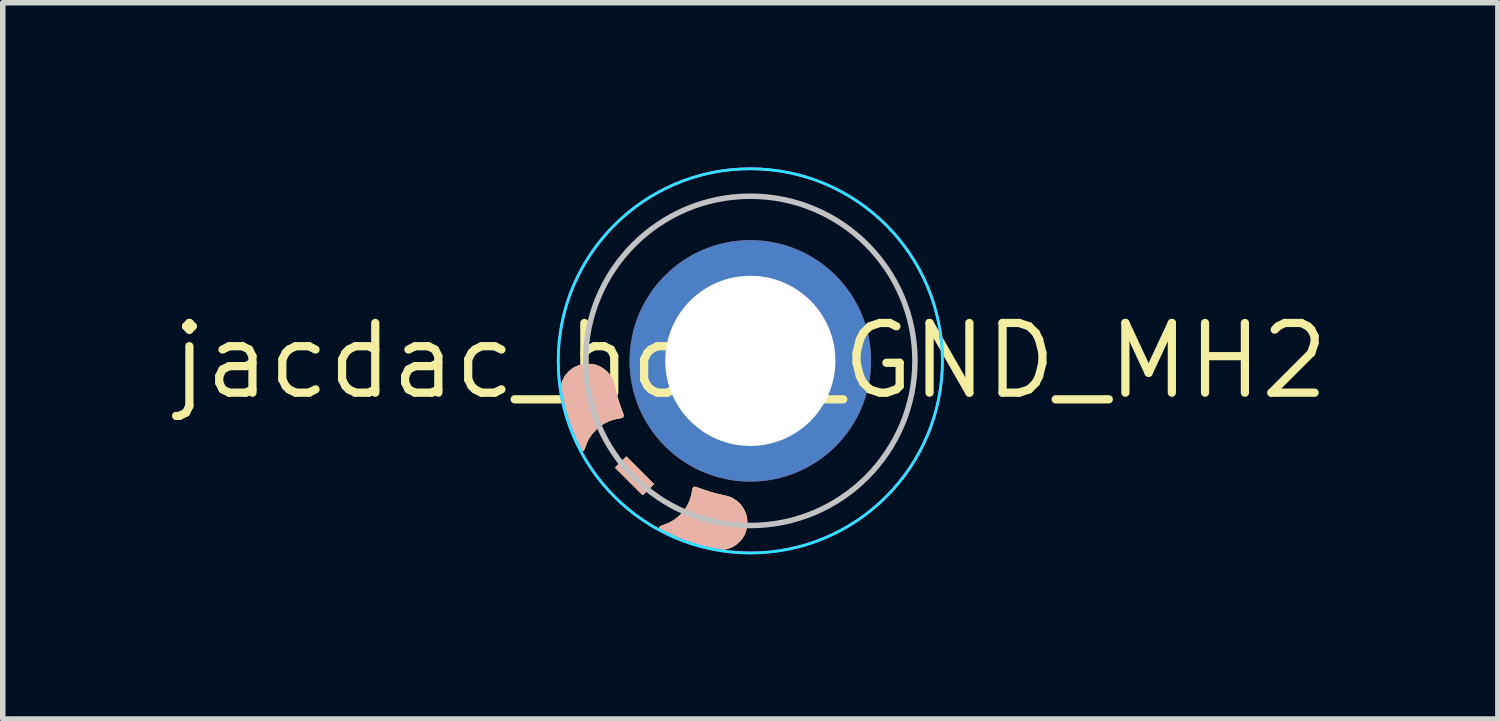
<source format=kicad_pcb>
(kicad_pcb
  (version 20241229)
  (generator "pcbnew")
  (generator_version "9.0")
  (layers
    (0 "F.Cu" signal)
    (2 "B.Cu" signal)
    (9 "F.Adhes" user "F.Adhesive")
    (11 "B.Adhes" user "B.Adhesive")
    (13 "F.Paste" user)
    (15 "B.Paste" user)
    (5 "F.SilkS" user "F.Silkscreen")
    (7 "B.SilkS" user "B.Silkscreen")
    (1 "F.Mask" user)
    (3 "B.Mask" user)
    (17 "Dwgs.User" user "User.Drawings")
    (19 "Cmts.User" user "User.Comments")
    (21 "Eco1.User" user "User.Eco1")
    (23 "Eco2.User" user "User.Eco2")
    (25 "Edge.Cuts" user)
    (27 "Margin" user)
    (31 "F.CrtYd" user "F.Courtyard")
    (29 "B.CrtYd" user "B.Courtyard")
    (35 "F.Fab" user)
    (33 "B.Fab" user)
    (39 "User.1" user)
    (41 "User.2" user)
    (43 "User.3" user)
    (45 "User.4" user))
  (footprint "jacdac_hole_GND_MH2"
    (layer "F.Cu")
    (at 10.621 3.525)
    (property "Reference" "jacdac_hole_GND_MH2" (at 0 0 0) (layer "F.SilkS") (effects (font (size 1.27 1.27) (thickness 0.15))))
    (attr through_hole)
    (fp_circle (center 0 0) (end -2.5 0) (stroke (width 0) (type solid)) (fill yes) (layer "F.Mask"))
    (fp_circle (center 0 0) (end -2.5 0) (stroke (width 0) (type solid)) (fill yes) (layer "B.Mask"))
    (fp_poly (pts (xy -2.007 1.992) (xy -1.754 2.245) (xy -1.856 2.347) (xy -1.885 2.376) (xy -1.911 2.402) (xy -1.933 2.423) (xy -1.95 2.439) (xy -1.959 2.447) (xy -1.961 2.448) (xy -1.966 2.444) (xy -1.979 2.431) (xy -1.999 2.411) (xy -2.026 2.385) (xy -2.059 2.353) (xy -2.096 2.315) (xy -2.138 2.274) (xy -2.183 2.229) (xy -2.215 2.197) (xy -2.466 1.946) (xy -2.363 1.843) (xy -2.259 1.74)) (stroke (width 0) (type solid)) (fill yes) (layer "F.SilkS"))
    (fp_poly (pts (xy -0.988 2.297) (xy -0.956 2.307) (xy -0.914 2.322) (xy -0.9 2.327) (xy -0.768 2.373) (xy -0.635 2.412) (xy -0.52 2.439) (xy -0.463 2.452) (xy -0.415 2.464) (xy -0.376 2.476) (xy -0.343 2.489) (xy -0.314 2.504) (xy -0.299 2.513) (xy -0.235 2.558) (xy -0.181 2.609) (xy -0.136 2.669) (xy -0.105 2.725) (xy -0.082 2.779) (xy -0.066 2.829) (xy -0.057 2.882) (xy -0.054 2.94) (xy -0.054 2.949) (xy -0.06 3.029) (xy -0.078 3.105) (xy -0.107 3.176) (xy -0.147 3.242) (xy -0.199 3.301) (xy -0.208 3.309) (xy -0.268 3.359) (xy -0.332 3.397) (xy -0.4 3.424) (xy -0.473 3.44) (xy -0.552 3.446) (xy -0.637 3.44) (xy -0.715 3.427) (xy -0.917 3.379) (xy -1.116 3.319) (xy -1.31 3.248) (xy -1.497 3.167) (xy -1.528 3.153) (xy -1.572 3.132) (xy -1.604 3.115) (xy -1.628 3.101) (xy -1.645 3.089) (xy -1.655 3.079) (xy -1.66 3.069) (xy -1.662 3.058) (xy -1.662 3.055) (xy -1.66 3.037) (xy -1.652 3.023) (xy -1.636 3.01) (xy -1.612 2.999) (xy -1.577 2.986) (xy -1.576 2.986) (xy -1.485 2.95) (xy -1.4 2.903) (xy -1.323 2.845) (xy -1.264 2.789) (xy -1.202 2.717) (xy -1.152 2.639) (xy -1.112 2.555) (xy -1.082 2.465) (xy -1.065 2.384) (xy -1.059 2.349) (xy -1.052 2.324) (xy -1.043 2.306) (xy -1.03 2.296) (xy -1.013 2.293)) (stroke (width 0) (type solid)) (fill yes) (layer "F.SilkS"))
    (fp_poly (pts (xy -2.94 0.055) (xy -2.94 0.055) (xy -2.901 0.056) (xy -2.871 0.059) (xy -2.846 0.063) (xy -2.823 0.068) (xy -2.803 0.075) (xy -2.73 0.106) (xy -2.664 0.147) (xy -2.605 0.197) (xy -2.554 0.254) (xy -2.514 0.319) (xy -2.512 0.323) (xy -2.499 0.35) (xy -2.488 0.375) (xy -2.48 0.401) (xy -2.471 0.432) (xy -2.463 0.47) (xy -2.459 0.488) (xy -2.438 0.581) (xy -2.412 0.676) (xy -2.384 0.769) (xy -2.353 0.858) (xy -2.323 0.936) (xy -2.31 0.972) (xy -2.307 1) (xy -2.312 1.02) (xy -2.325 1.034) (xy -2.338 1.039) (xy -2.359 1.045) (xy -2.385 1.05) (xy -2.392 1.051) (xy -2.486 1.07) (xy -2.576 1.1) (xy -2.661 1.143) (xy -2.741 1.197) (xy -2.816 1.263) (xy -2.819 1.266) (xy -2.883 1.337) (xy -2.935 1.412) (xy -2.976 1.492) (xy -3.006 1.573) (xy -3.018 1.607) (xy -3.029 1.63) (xy -3.036 1.638) (xy -3.055 1.645) (xy -3.077 1.647) (xy -3.096 1.644) (xy -3.104 1.636) (xy -3.116 1.618) (xy -3.131 1.591) (xy -3.148 1.556) (xy -3.168 1.516) (xy -3.19 1.471) (xy -3.212 1.423) (xy -3.234 1.373) (xy -3.255 1.322) (xy -3.27 1.286) (xy -3.302 1.199) (xy -3.335 1.105) (xy -3.366 1.005) (xy -3.395 0.905) (xy -3.42 0.807) (xy -3.441 0.716) (xy -3.444 0.7) (xy -3.458 0.612) (xy -3.46 0.53) (xy -3.452 0.454) (xy -3.433 0.383) (xy -3.404 0.316) (xy -3.369 0.26) (xy -3.318 0.2) (xy -3.259 0.149) (xy -3.192 0.107) (xy -3.118 0.076) (xy -3.079 0.065) (xy -3.054 0.059) (xy -3.032 0.056) (xy -3.007 0.054) (xy -2.978 0.054)) (stroke (width 0) (type solid)) (fill yes) (layer "F.SilkS"))
    (fp_poly (pts (xy -2.007 1.992) (xy -1.754 2.245) (xy -1.856 2.347) (xy -1.885 2.376) (xy -1.911 2.402) (xy -1.933 2.423) (xy -1.95 2.439) (xy -1.959 2.447) (xy -1.961 2.448) (xy -1.966 2.444) (xy -1.979 2.431) (xy -1.999 2.411) (xy -2.026 2.385) (xy -2.059 2.353) (xy -2.096 2.315) (xy -2.138 2.274) (xy -2.183 2.229) (xy -2.215 2.197) (xy -2.466 1.946) (xy -2.363 1.843) (xy -2.259 1.74)) (stroke (width 0) (type solid)) (fill yes) (layer "B.SilkS"))
    (fp_poly (pts (xy -0.988 2.297) (xy -0.956 2.307) (xy -0.914 2.322) (xy -0.9 2.327) (xy -0.768 2.373) (xy -0.635 2.412) (xy -0.52 2.439) (xy -0.463 2.452) (xy -0.415 2.464) (xy -0.376 2.476) (xy -0.343 2.489) (xy -0.314 2.504) (xy -0.299 2.513) (xy -0.235 2.558) (xy -0.181 2.609) (xy -0.136 2.669) (xy -0.105 2.725) (xy -0.082 2.779) (xy -0.066 2.829) (xy -0.057 2.882) (xy -0.054 2.94) (xy -0.054 2.949) (xy -0.06 3.029) (xy -0.078 3.105) (xy -0.107 3.176) (xy -0.147 3.242) (xy -0.199 3.301) (xy -0.208 3.309) (xy -0.268 3.359) (xy -0.332 3.397) (xy -0.4 3.424) (xy -0.473 3.44) (xy -0.552 3.446) (xy -0.637 3.44) (xy -0.715 3.427) (xy -0.917 3.379) (xy -1.116 3.319) (xy -1.31 3.248) (xy -1.497 3.167) (xy -1.528 3.153) (xy -1.572 3.132) (xy -1.604 3.115) (xy -1.628 3.101) (xy -1.645 3.089) (xy -1.655 3.079) (xy -1.66 3.069) (xy -1.662 3.058) (xy -1.662 3.055) (xy -1.66 3.037) (xy -1.652 3.023) (xy -1.636 3.01) (xy -1.612 2.999) (xy -1.577 2.986) (xy -1.576 2.986) (xy -1.485 2.95) (xy -1.4 2.903) (xy -1.323 2.845) (xy -1.264 2.789) (xy -1.202 2.717) (xy -1.152 2.639) (xy -1.112 2.555) (xy -1.082 2.465) (xy -1.065 2.384) (xy -1.059 2.349) (xy -1.052 2.324) (xy -1.043 2.306) (xy -1.03 2.296) (xy -1.013 2.293)) (stroke (width 0) (type solid)) (fill yes) (layer "B.SilkS"))
    (fp_poly (pts (xy -2.94 0.055) (xy -2.94 0.055) (xy -2.901 0.056) (xy -2.871 0.059) (xy -2.846 0.063) (xy -2.823 0.068) (xy -2.803 0.075) (xy -2.73 0.106) (xy -2.664 0.147) (xy -2.605 0.197) (xy -2.554 0.254) (xy -2.514 0.319) (xy -2.512 0.323) (xy -2.499 0.35) (xy -2.488 0.375) (xy -2.48 0.401) (xy -2.471 0.432) (xy -2.463 0.47) (xy -2.459 0.488) (xy -2.438 0.581) (xy -2.412 0.676) (xy -2.384 0.769) (xy -2.353 0.858) (xy -2.323 0.936) (xy -2.31 0.972) (xy -2.307 1) (xy -2.312 1.02) (xy -2.325 1.034) (xy -2.338 1.039) (xy -2.359 1.045) (xy -2.385 1.05) (xy -2.392 1.051) (xy -2.486 1.07) (xy -2.576 1.1) (xy -2.661 1.143) (xy -2.741 1.197) (xy -2.816 1.263) (xy -2.819 1.266) (xy -2.883 1.337) (xy -2.935 1.412) (xy -2.976 1.492) (xy -3.006 1.573) (xy -3.018 1.607) (xy -3.029 1.63) (xy -3.036 1.638) (xy -3.055 1.645) (xy -3.077 1.647) (xy -3.096 1.644) (xy -3.104 1.636) (xy -3.116 1.618) (xy -3.131 1.591) (xy -3.148 1.556) (xy -3.168 1.516) (xy -3.19 1.471) (xy -3.212 1.423) (xy -3.234 1.373) (xy -3.255 1.322) (xy -3.27 1.286) (xy -3.302 1.199) (xy -3.335 1.105) (xy -3.366 1.005) (xy -3.395 0.905) (xy -3.42 0.807) (xy -3.441 0.716) (xy -3.444 0.7) (xy -3.458 0.612) (xy -3.46 0.53) (xy -3.452 0.454) (xy -3.433 0.383) (xy -3.404 0.316) (xy -3.369 0.26) (xy -3.318 0.2) (xy -3.259 0.149) (xy -3.192 0.107) (xy -3.118 0.076) (xy -3.079 0.065) (xy -3.054 0.059) (xy -3.032 0.056) (xy -3.007 0.054) (xy -2.978 0.054)) (stroke (width 0) (type solid)) (fill yes) (layer "B.SilkS"))
    (fp_circle (center 0 0) (end -3 0) (stroke (width 0.1) (type default)) (fill no) (layer "Dwgs.User"))
    (fp_circle (center 0 0) (end -3.5 0) (stroke (width 0.05) (type default)) (fill no) (layer "B.CrtYd"))
    (fp_circle (center 0 0) (end -3.5 0) (stroke (width 0.05) (type default)) (fill no) (layer "F.CrtYd"))
    (pad "MH2" thru_hole circle (at 0 0 180) (size 4.4 4.4) (drill 3.1) (layers "*.Cu"))
    (zone (net_name "") (layers "F.Cu" "B.Cu") (hatch edge 0.508) (connect_pads) (min_thickness 0.254) (filled_areas_thickness no) (keepout (tracks allowed) (vias allowed) (pads allowed) (copperpour not_allowed) (footprints allowed)) (placement (enabled no)) (fill) (polygon (pts (xy 7.616 3.525) (xy 7.636 3.874) (xy 7.697 4.218) (xy 7.797 4.553) (xy 7.935 4.874) (xy 8.11 5.176) (xy 8.319 5.457) (xy 8.559 5.711) (xy 8.826 5.935) (xy 9.118 6.127) (xy 9.431 6.284) (xy 9.759 6.404) (xy 10.099 6.484) (xy 10.446 6.525) (xy 10.796 6.525) (xy 11.143 6.484) (xy 11.483 6.404) (xy 11.811 6.284) (xy 12.123 6.127) (xy 12.415 5.935) (xy 12.683 5.711) (xy 12.923 5.457) (xy 13.132 5.176) (xy 13.306 4.874) (xy 13.445 4.553) (xy 13.545 4.218) (xy 13.606 3.874) (xy 13.626 3.525) (xy 13.606 3.176) (xy 13.545 2.832) (xy 13.445 2.497) (xy 13.306 2.176) (xy 13.132 1.874) (xy 12.923 1.593) (xy 12.683 1.339) (xy 12.415 1.115) (xy 12.123 0.923) (xy 11.811 0.766) (xy 11.483 0.646) (xy 11.143 0.566) (xy 10.796 0.525) (xy 10.446 0.525) (xy 10.099 0.566) (xy 9.759 0.646) (xy 9.431 0.766) (xy 9.118 0.923) (xy 8.826 1.115) (xy 8.559 1.339) (xy 8.319 1.593) (xy 8.11 1.874) (xy 7.935 2.176) (xy 7.797 2.497) (xy 7.697 2.832) (xy 7.636 3.176)))))
  (gr_rect
    (start -3 -3)
    (end 24.242 10.05)
    (stroke (width 0.1) (type default))
    (fill no)
    (layer "Edge.Cuts")))
</source>
